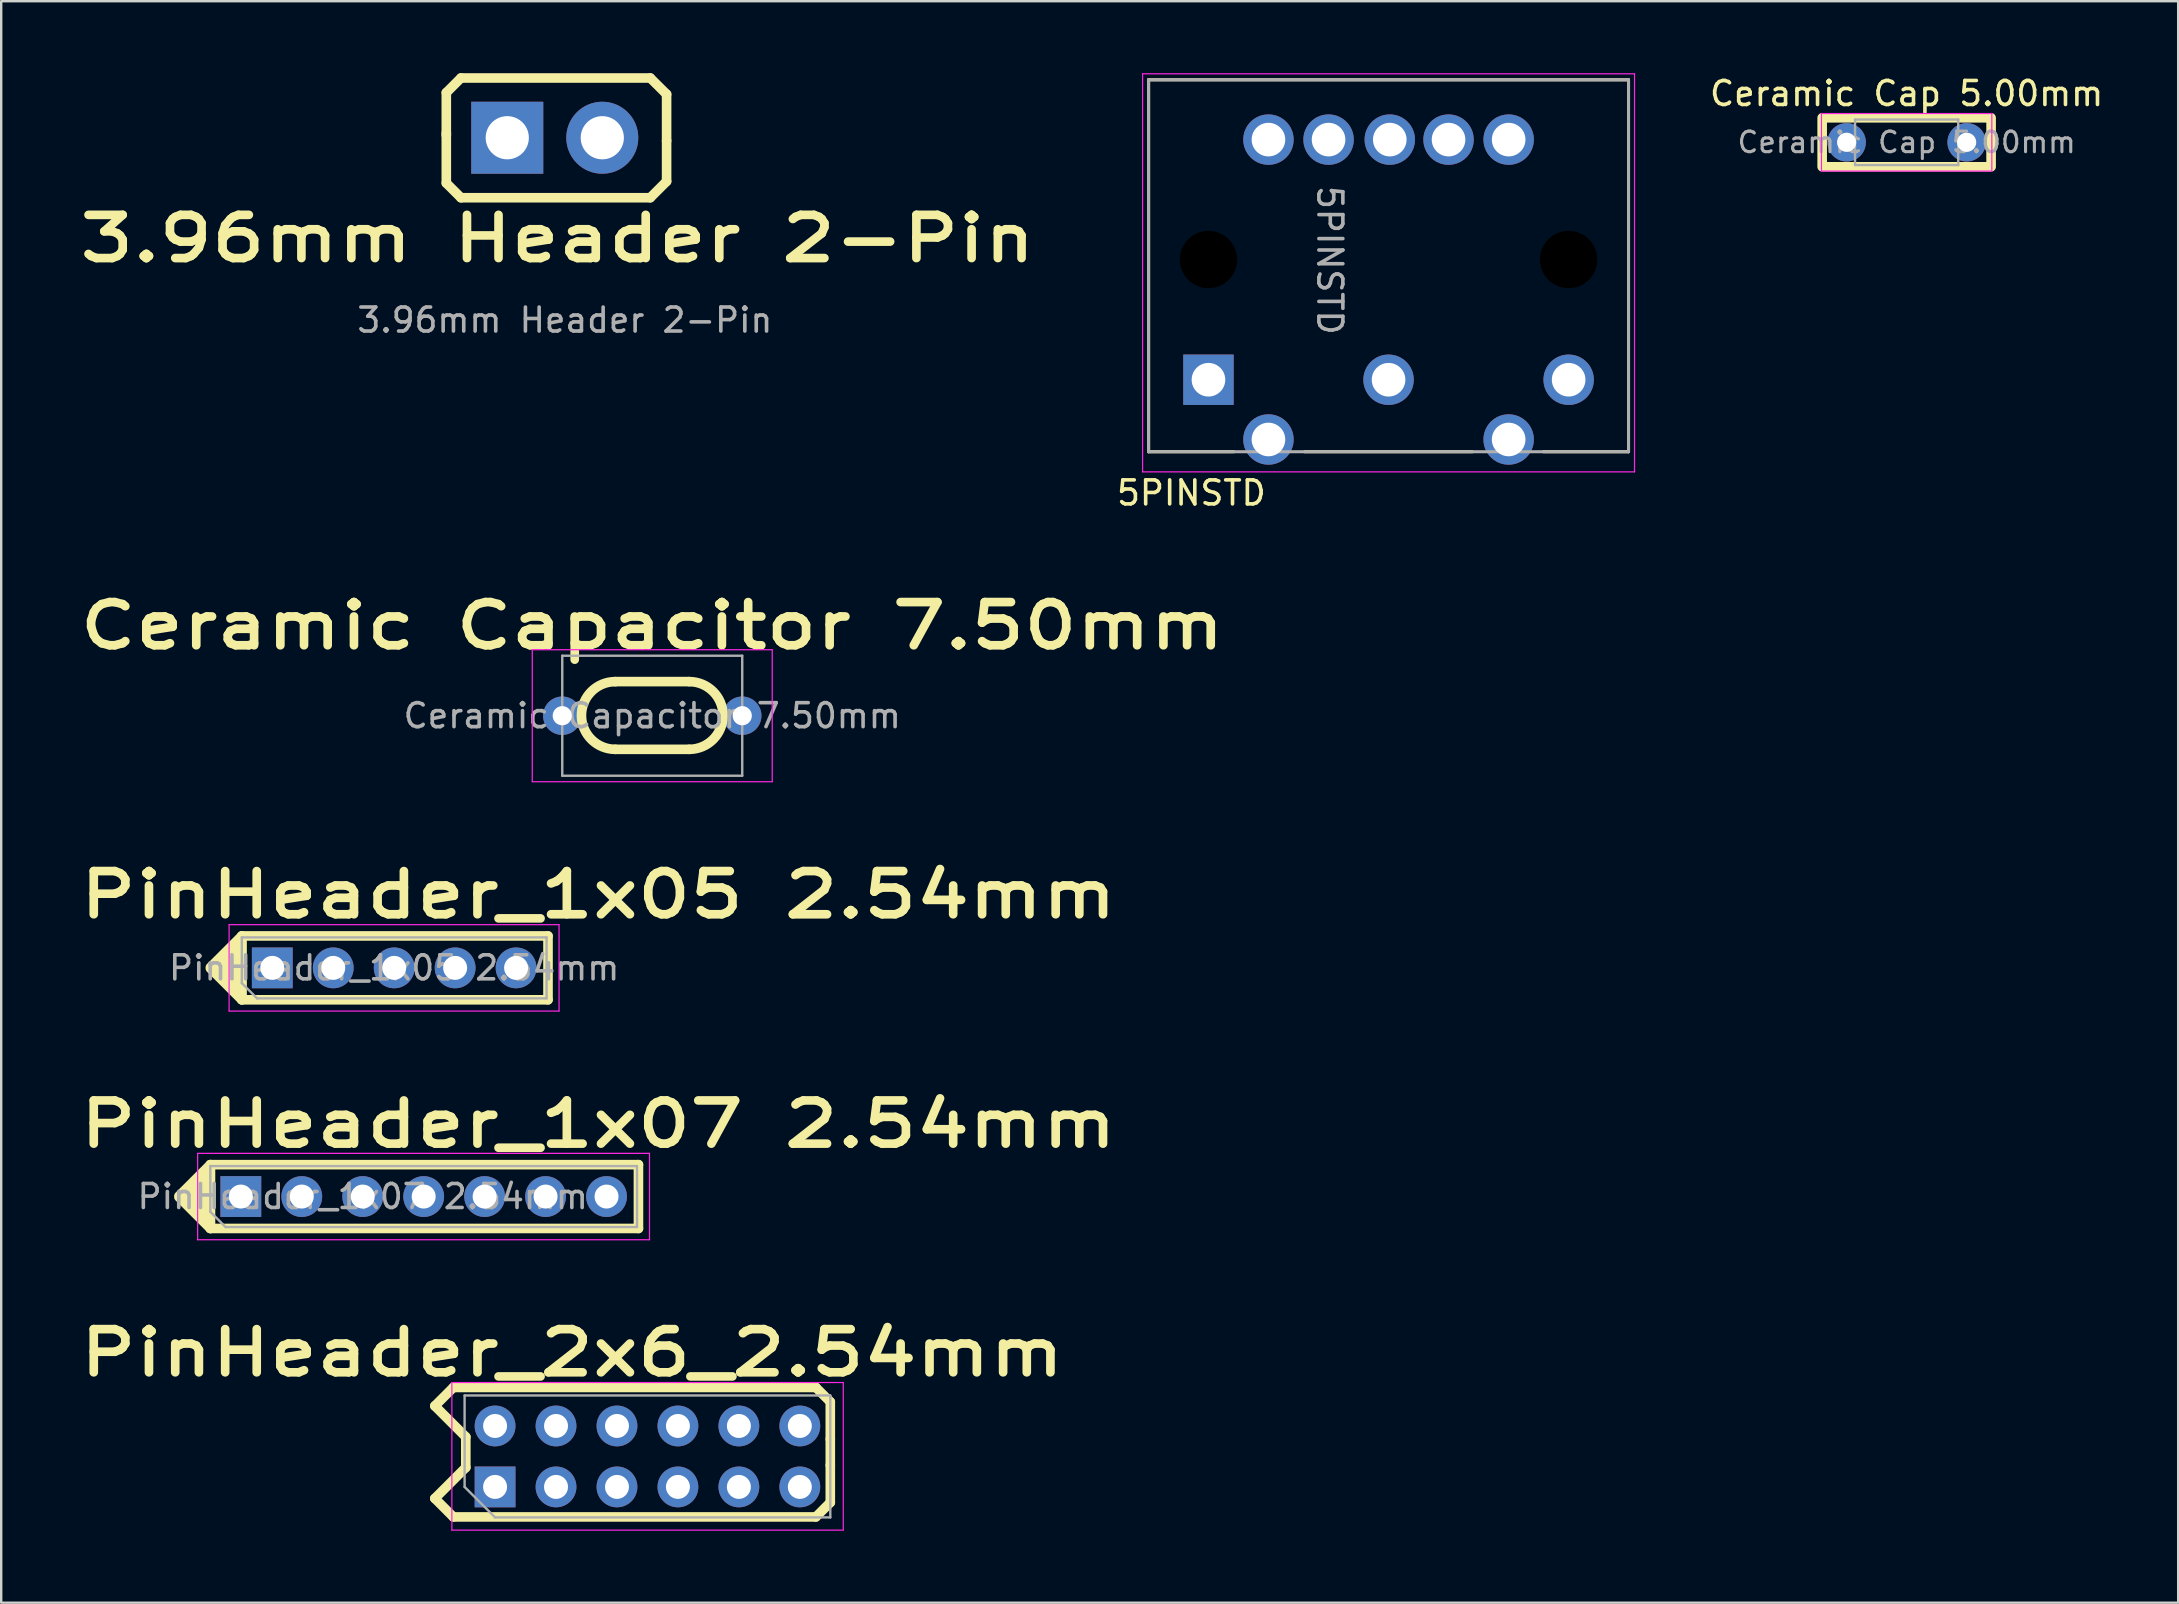
<source format=kicad_pcb>
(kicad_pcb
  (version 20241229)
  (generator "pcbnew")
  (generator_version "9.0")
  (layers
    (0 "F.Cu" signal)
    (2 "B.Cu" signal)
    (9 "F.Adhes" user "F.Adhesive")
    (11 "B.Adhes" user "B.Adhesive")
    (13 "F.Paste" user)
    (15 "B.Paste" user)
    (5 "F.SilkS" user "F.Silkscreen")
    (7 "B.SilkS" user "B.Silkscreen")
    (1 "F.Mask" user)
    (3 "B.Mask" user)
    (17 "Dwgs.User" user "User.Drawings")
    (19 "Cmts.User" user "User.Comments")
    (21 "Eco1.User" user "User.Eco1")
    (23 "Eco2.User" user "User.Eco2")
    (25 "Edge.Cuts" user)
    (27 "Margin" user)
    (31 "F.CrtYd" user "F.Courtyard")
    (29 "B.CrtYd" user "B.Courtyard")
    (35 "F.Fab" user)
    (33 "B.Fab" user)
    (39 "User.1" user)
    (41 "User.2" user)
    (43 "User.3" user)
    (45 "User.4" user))
  (footprint "3.96mm Header 2-Pin"
    (layer "F.Cu")
    (at 18.089 2.69)
    (property "Reference" "3.96mm Header 2-Pin" (at 2.1 4.2 0) (unlocked yes) (layer "F.SilkS") (effects (font (size 1.8 2.3) (thickness 0.36) (bold yes))))
    (attr through_hole)
    (fp_line (start -2.54 -1.88) (end -2.54 -0.11) (stroke (width 0.4) (type default)) (layer "F.SilkS"))
    (fp_line (start -2.54 1.89) (end -2.54 -0.2) (stroke (width 0.4) (type default)) (layer "F.SilkS"))
    (fp_line (start -1.93 -2.49) (end -2.54 -1.88) (stroke (width 0.4) (type default)) (layer "F.SilkS"))
    (fp_line (start -1.93 2.5) (end -2.54 1.89) (stroke (width 0.4) (type default)) (layer "F.SilkS"))
    (fp_line (start 5.96 -2.49) (end -1.93 -2.49) (stroke (width 0.4) (type default)) (layer "F.SilkS"))
    (fp_line (start 5.96 2.499) (end -1.93 2.5) (stroke (width 0.4) (type default)) (layer "F.SilkS"))
    (fp_line (start 6.64 -1.813) (end 5.96 -2.49) (stroke (width 0.4) (type default)) (layer "F.SilkS"))
    (fp_line (start 6.64 0.127) (end 6.64 -1.813) (stroke (width 0.4) (type default)) (layer "F.SilkS"))
    (fp_line (start 6.64 0.127) (end 6.64 1.819) (stroke (width 0.4) (type default)) (layer "F.SilkS"))
    (fp_line (start 6.64 1.819) (end 5.96 2.499) (stroke (width 0.4) (type default)) (layer "F.SilkS"))
    (fp_text user "${REFERENCE}" (at 2.4 7.6 0) (unlocked yes) (layer "F.Fab") (effects (font (size 1 1) (thickness 0.15))))
    (pad "1" thru_hole rect (at 0 0 90) (size 3 3) (drill 1.8) (layers "*.Cu" "*.Mask"))
    (pad "2" thru_hole circle (at 3.96 0 90) (size 3 3) (drill 1.8) (layers "*.Cu" "*.Mask")))
  (footprint "PinHeader_2x6_2.54mm"
    (layer "F.Cu")
    (at 17.491 58.924)
    (property "Reference" "PinHeader_2x6_2.54mm" (at 3.3 -5.6 0) (layer "F.SilkS") (effects (font (size 1.8 2.3) (thickness 0.36) (bold yes))))
    (attr through_hole)
    (fp_line (start -2.42 -3.385) (end -1.13 -2.095) (stroke (width 0.4) (type default)) (layer "F.SilkS"))
    (fp_line (start -2.42 0.47) (end -1.13 -0.82) (stroke (width 0.4) (type default)) (layer "F.SilkS"))
    (fp_line (start -1.65 -4.155) (end -2.42 -3.385) (stroke (width 0.4) (type default)) (layer "F.SilkS"))
    (fp_line (start -1.65 1.24) (end -2.42 0.47) (stroke (width 0.4) (type default)) (layer "F.SilkS"))
    (fp_line (start -1.13 -0.82) (end -1.13 -2.095) (stroke (width 0.4) (type default)) (layer "F.SilkS"))
    (fp_line (start 13.46 -4.155) (end -1.65 -4.155) (stroke (width 0.4) (type default)) (layer "F.SilkS"))
    (fp_line (start 13.46 1.24) (end -1.65 1.24) (stroke (width 0.4) (type default)) (layer "F.SilkS"))
    (fp_line (start 14.06 -3.555) (end 13.46 -4.155) (stroke (width 0.4) (type default)) (layer "F.SilkS"))
    (fp_line (start 14.06 -2.005) (end 14.06 -3.555) (stroke (width 0.4) (type default)) (layer "F.SilkS"))
    (fp_line (start 14.06 -2.005) (end 14.06 -0.91) (stroke (width 0.4) (type default)) (layer "F.SilkS"))
    (fp_line (start 14.06 -0.91) (end 14.06 0.64) (stroke (width 0.4) (type default)) (layer "F.SilkS"))
    (fp_line (start 14.06 0.64) (end 13.46 1.24) (stroke (width 0.4) (type default)) (layer "F.SilkS"))
    (fp_line (start -1.71 -4.36) (end -1.71 1.79) (stroke (width 0.05) (type solid)) (layer "F.CrtYd"))
    (fp_line (start -1.71 1.79) (end 14.6 1.79) (stroke (width 0.05) (type solid)) (layer "F.CrtYd"))
    (fp_line (start 14.6 -4.36) (end -1.71 -4.36) (stroke (width 0.05) (type solid)) (layer "F.CrtYd"))
    (fp_line (start 14.6 1.79) (end 14.6 -4.36) (stroke (width 0.05) (type solid)) (layer "F.CrtYd"))
    (fp_line (start -1.18 -3.82) (end 14.06 -3.82) (stroke (width 0.1) (type solid)) (layer "F.Fab"))
    (fp_line (start -1.18 -0.01) (end -1.18 -3.82) (stroke (width 0.1) (type solid)) (layer "F.Fab"))
    (fp_line (start 0.09 1.26) (end -1.18 -0.01) (stroke (width 0.1) (type solid)) (layer "F.Fab"))
    (fp_line (start 14.06 -3.82) (end 14.06 1.26) (stroke (width 0.1) (type solid)) (layer "F.Fab"))
    (fp_line (start 14.06 1.26) (end 0.09 1.26) (stroke (width 0.1) (type solid)) (layer "F.Fab"))
    (pad "1" thru_hole rect (at 0.09 -0.01 90) (size 1.7 1.7) (drill 1) (layers "*.Cu" "*.Mask"))
    (pad "2" thru_hole oval (at 0.09 -2.55 90) (size 1.7 1.7) (drill 1) (layers "*.Cu" "*.Mask"))
    (pad "3" thru_hole oval (at 2.63 -0.01 90) (size 1.7 1.7) (drill 1) (layers "*.Cu" "*.Mask"))
    (pad "4" thru_hole oval (at 2.63 -2.55 90) (size 1.7 1.7) (drill 1) (layers "*.Cu" "*.Mask"))
    (pad "5" thru_hole oval (at 5.17 -0.01 90) (size 1.7 1.7) (drill 1) (layers "*.Cu" "*.Mask"))
    (pad "6" thru_hole oval (at 5.17 -2.55 90) (size 1.7 1.7) (drill 1) (layers "*.Cu" "*.Mask"))
    (pad "7" thru_hole oval (at 7.71 -0.01 90) (size 1.7 1.7) (drill 1) (layers "*.Cu" "*.Mask"))
    (pad "8" thru_hole oval (at 7.71 -2.55 90) (size 1.7 1.7) (drill 1) (layers "*.Cu" "*.Mask"))
    (pad "9" thru_hole oval (at 10.25 -0.01 90) (size 1.7 1.7) (drill 1) (layers "*.Cu" "*.Mask"))
    (pad "10" thru_hole oval (at 10.25 -2.55 90) (size 1.7 1.7) (drill 1) (layers "*.Cu" "*.Mask"))
    (pad "11" thru_hole oval (at 12.79 -0.01 90) (size 1.7 1.7) (drill 1) (layers "*.Cu" "*.Mask"))
    (pad "12" thru_hole oval (at 12.79 -2.55 90) (size 1.7 1.7) (drill 1) (layers "*.Cu" "*.Mask")))
  (footprint "Ceramic Capacitor 7.50mm"
    (layer "F.Cu")
    (at 20.371 26.776)
    (property "Reference" "Ceramic Capacitor 7.50mm" (at 3.76 -3.75 0) (layer "F.SilkS") (effects (font (size 1.8 2.3) (thickness 0.36) (bold yes))))
    (attr through_hole)
    (fp_line (start 5.299 -1.421) (end 2.221 -1.421) (stroke (width 0.4) (type default)) (layer "F.SilkS"))
    (fp_line (start 5.299 1.401) (end 2.22 1.401) (stroke (width 0.4) (type default)) (layer "F.SilkS"))
    (fp_arc (start 2.220567 1.400567) (mid 0.81 -0.01) (end 2.220567 -1.420567) (stroke (width 0.4) (type default)) (layer "F.SilkS"))
    (fp_arc (start 5.299433 -1.420567) (mid 6.71 -0.01) (end 5.299433 1.400567) (stroke (width 0.4) (type default)) (layer "F.SilkS"))
    (fp_line (start -1.24 -2.75) (end -1.24 2.75) (stroke (width 0.05) (type solid)) (layer "F.CrtYd"))
    (fp_line (start -1.24 2.75) (end 8.76 2.75) (stroke (width 0.05) (type solid)) (layer "F.CrtYd"))
    (fp_line (start 8.76 -2.75) (end -1.24 -2.75) (stroke (width 0.05) (type solid)) (layer "F.CrtYd"))
    (fp_line (start 8.76 2.75) (end 8.76 -2.75) (stroke (width 0.05) (type solid)) (layer "F.CrtYd"))
    (fp_line (start 0.01 -2.5) (end 0.01 2.5) (stroke (width 0.1) (type solid)) (layer "F.Fab"))
    (fp_line (start 0.01 2.5) (end 7.51 2.5) (stroke (width 0.1) (type solid)) (layer "F.Fab"))
    (fp_line (start 7.51 -2.5) (end 0.01 -2.5) (stroke (width 0.1) (type solid)) (layer "F.Fab"))
    (fp_line (start 7.51 2.5) (end 7.51 -2.5) (stroke (width 0.1) (type solid)) (layer "F.Fab"))
    (fp_text user "${REFERENCE}" (at 3.76 0 0) (layer "F.Fab") (effects (font (size 1 1) (thickness 0.15))))
    (pad "1" thru_hole circle (at 0.01 0) (size 1.6 1.6) (drill 0.8) (layers "*.Cu" "*.Mask"))
    (pad "2" thru_hole circle (at 7.51 0) (size 1.6 1.6) (drill 0.8) (layers "*.Cu" "*.Mask")))
  (footprint "5PINSTD"
    (layer "F.Cu")
    (at 54.802 7.765)
    (property "Reference" "5PINSTD" (at -8.204 9.728 0) (unlocked yes) (layer "F.SilkS") (effects (font (size 1 1) (thickness 0.15))))
    (fp_circle (center -7.492 0) (end -7.492 0.725) (stroke (width 1.449) (type solid)) (fill no) (layer "F.Mask"))
    (fp_circle (center 7.518 0) (end 7.518 0.725) (stroke (width 1.449) (type solid)) (fill no) (layer "F.Mask"))
    (fp_circle (center -7.492 0) (end -7.492 0.725) (stroke (width 1.449) (type solid)) (fill no) (layer "B.Mask"))
    (fp_circle (center 7.518 0) (end 7.518 0.725) (stroke (width 1.449) (type solid)) (fill no) (layer "B.Mask"))
    (fp_line (start -9.987 -7.49) (end 10.013 -7.49) (stroke (width 0.127) (type solid)) (layer "F.SilkS"))
    (fp_line (start -9.987 8.01) (end -9.987 -7.49) (stroke (width 0.127) (type solid)) (layer "F.SilkS"))
    (fp_line (start -6.437 8.01) (end -9.987 8.01) (stroke (width 0.127) (type solid)) (layer "F.SilkS"))
    (fp_line (start 3.513 8.01) (end -3.487 8.01) (stroke (width 0.127) (type solid)) (layer "F.SilkS"))
    (fp_line (start 10.013 -7.49) (end 10.013 8.01) (stroke (width 0.127) (type solid)) (layer "F.SilkS"))
    (fp_line (start 10.013 8.01) (end 6.463 8.01) (stroke (width 0.127) (type solid)) (layer "F.SilkS"))
    (fp_line (start -10.237 -7.74) (end 10.263 -7.74) (stroke (width 0.05) (type solid)) (layer "F.CrtYd"))
    (fp_line (start -10.237 8.85) (end -10.237 -7.74) (stroke (width 0.05) (type solid)) (layer "F.CrtYd"))
    (fp_line (start 10.263 -7.74) (end 10.263 8.85) (stroke (width 0.05) (type solid)) (layer "F.CrtYd"))
    (fp_line (start 10.263 8.85) (end -10.237 8.85) (stroke (width 0.05) (type solid)) (layer "F.CrtYd"))
    (fp_line (start -9.987 -7.49) (end 10.013 -7.49) (stroke (width 0.127) (type solid)) (layer "F.Fab"))
    (fp_line (start -9.987 8.01) (end -9.987 -7.49) (stroke (width 0.127) (type solid)) (layer "F.Fab"))
    (fp_line (start 10.013 -7.49) (end 10.013 8.01) (stroke (width 0.127) (type solid)) (layer "F.Fab"))
    (fp_line (start 10.013 8.01) (end -9.987 8.01) (stroke (width 0.127) (type solid)) (layer "F.Fab"))
    (fp_text user "${REFERENCE}" (at -2.436 0.032 270) (unlocked yes) (layer "F.Fab") (effects (font (size 1 1) (thickness 0.15))))
    (pad "" np_thru_hole circle (at -7.492 0 270) (size 2.39 2.39) (drill 2.39) (layers "*.Mask"))
    (pad "" np_thru_hole circle (at 7.518 0 270) (size 2.39 2.39) (drill 2.39) (layers "*.Mask"))
    (pad "1" thru_hole rect (at -7.492 5.01 270) (size 2.1 2.1) (drill 1.4) (layers "*.Cu" "*.Mask"))
    (pad "2" thru_hole circle (at 0.013 5.01 270) (size 2.1 2.1) (drill 1.4) (layers "*.Cu" "*.Mask"))
    (pad "3" thru_hole circle (at 7.518 5.01 270) (size 2.1 2.1) (drill 1.4) (layers "*.Cu" "*.Mask"))
    (pad "4" thru_hole circle (at -4.992 7.5 270) (size 2.1 2.1) (drill 1.4) (layers "*.Cu" "*.Mask"))
    (pad "5" thru_hole circle (at 5.018 7.5 270) (size 2.1 2.1) (drill 1.4) (layers "*.Cu" "*.Mask"))
    (pad "G" thru_hole circle (at -4.992 -4.997 270) (size 2.1 2.1) (drill 1.4) (layers "*.Cu" "*.Mask"))
    (pad "G" thru_hole circle (at -2.487 -4.997 270) (size 2.1 2.1) (drill 1.4) (layers "*.Cu" "*.Mask"))
    (pad "G" thru_hole circle (at 0.064 -4.997 270) (size 2.1 2.1) (drill 1.4) (layers "*.Cu" "*.Mask"))
    (pad "G" thru_hole circle (at 2.513 -4.997 270) (size 2.1 2.1) (drill 1.4) (layers "*.Cu" "*.Mask"))
    (pad "G" thru_hole circle (at 5.018 -4.997 270) (size 2.1 2.1) (drill 1.4) (layers "*.Cu" "*.Mask")))
  (footprint "PinHeader_1x05 2.54mm"
    (layer "F.Cu")
    (at 8.297 37.264)
    (property "Reference" "PinHeader_1x05 2.54mm" (at 13.589 -3.028 0) (layer "F.SilkS") (effects (font (size 1.8 2.3) (thickness 0.36) (bold yes))))
    (attr through_hole)
    (fp_line (start -1.27 -1.31) (end 11.49 -1.31) (stroke (width 0.4) (type solid)) (layer "F.SilkS"))
    (fp_line (start -1.27 1.35) (end -1.27 -1.31) (stroke (width 0.4) (type solid)) (layer "F.SilkS"))
    (fp_line (start -1.27 1.35) (end 11.49 1.35) (stroke (width 0.4) (type solid)) (layer "F.SilkS"))
    (fp_line (start 11.49 1.35) (end 11.49 -1.31) (stroke (width 0.4) (type solid)) (layer "F.SilkS"))
    (fp_poly (pts (xy -1.27 -1.31) (xy -2.58 0) (xy -2.58 0.04) (xy -1.27 1.35) (xy -1.27 0.29)) (stroke (width 0.4) (type solid)) (fill yes) (layer "F.SilkS"))
    (fp_line (start -1.8 -1.78) (end -1.8 1.82) (stroke (width 0.05) (type solid)) (layer "F.CrtYd"))
    (fp_line (start -1.8 1.82) (end 11.95 1.82) (stroke (width 0.05) (type solid)) (layer "F.CrtYd"))
    (fp_line (start 11.95 -1.78) (end -1.8 -1.78) (stroke (width 0.05) (type solid)) (layer "F.CrtYd"))
    (fp_line (start 11.95 1.82) (end 11.95 -1.78) (stroke (width 0.05) (type solid)) (layer "F.CrtYd"))
    (fp_line (start -1.27 -1.25) (end 11.43 -1.25) (stroke (width 0.1) (type solid)) (layer "F.Fab"))
    (fp_line (start -1.27 0.655) (end -1.27 -1.25) (stroke (width 0.1) (type solid)) (layer "F.Fab"))
    (fp_line (start -0.635 1.29) (end -1.27 0.655) (stroke (width 0.1) (type solid)) (layer "F.Fab"))
    (fp_line (start 11.43 -1.25) (end 11.43 1.29) (stroke (width 0.1) (type solid)) (layer "F.Fab"))
    (fp_line (start 11.43 1.29) (end -0.635 1.29) (stroke (width 0.1) (type solid)) (layer "F.Fab"))
    (fp_text user "${REFERENCE}" (at 5.08 0.02 0) (layer "F.Fab") (effects (font (size 1 1) (thickness 0.15))))
    (pad "1" thru_hole rect (at 0 0.02 90) (size 1.7 1.7) (drill 1) (layers "*.Cu" "*.Mask"))
    (pad "2" thru_hole oval (at 2.54 0.02 90) (size 1.7 1.7) (drill 1) (layers "*.Cu" "*.Mask"))
    (pad "3" thru_hole oval (at 5.08 0.02 90) (size 1.7 1.7) (drill 1) (layers "*.Cu" "*.Mask"))
    (pad "4" thru_hole oval (at 7.62 0.02 90) (size 1.7 1.7) (drill 1) (layers "*.Cu" "*.Mask"))
    (pad "5" thru_hole oval (at 10.16 0.02 90) (size 1.7 1.7) (drill 1) (layers "*.Cu" "*.Mask")))
  (footprint "Ceramic Cap 5.00mm"
    (layer "F.Cu")
    (at 73.905 2.88)
    (property "Reference" "Ceramic Cap 5.00mm" (at 2.5 -2.032 0) (layer "F.SilkS") (effects (font (size 1 1) (thickness 0.15))))
    (attr through_hole)
    (fp_rect (start -1.02 -1.02) (end 6.02 1.02) (stroke (width 0.4) (type default)) (fill no) (layer "F.SilkS"))
    (fp_line (start -1.05 -1.2) (end -1.05 1.2) (stroke (width 0.05) (type solid)) (layer "F.CrtYd"))
    (fp_line (start -1.05 1.2) (end 6.05 1.2) (stroke (width 0.05) (type solid)) (layer "F.CrtYd"))
    (fp_line (start 6.05 -1.2) (end -1.05 -1.2) (stroke (width 0.05) (type solid)) (layer "F.CrtYd"))
    (fp_line (start 6.05 1.2) (end 6.05 -1.2) (stroke (width 0.05) (type solid)) (layer "F.CrtYd"))
    (fp_line (start 0.35 -0.95) (end 0.35 0.95) (stroke (width 0.1) (type solid)) (layer "F.Fab"))
    (fp_line (start 0.35 0.95) (end 4.65 0.95) (stroke (width 0.1) (type solid)) (layer "F.Fab"))
    (fp_line (start 4.65 -0.95) (end 0.35 -0.95) (stroke (width 0.1) (type solid)) (layer "F.Fab"))
    (fp_line (start 4.65 0.95) (end 4.65 -0.95) (stroke (width 0.1) (type solid)) (layer "F.Fab"))
    (fp_text user "${REFERENCE}" (at 2.5 0 0) (layer "F.Fab") (effects (font (size 0.86 0.86) (thickness 0.129))))
    (pad "1" thru_hole circle (at 0 0) (size 1.6 1.6) (drill 0.8) (layers "*.Cu" "*.Mask"))
    (pad "2" thru_hole circle (at 5 0) (size 1.6 1.6) (drill 0.8) (layers "*.Cu" "*.Mask")))
  (footprint "PinHeader_1x07 2.54mm"
    (layer "F.Cu")
    (at 6.986 46.794)
    (property "Reference" "PinHeader_1x07 2.54mm" (at 14.9 -3 0) (layer "F.SilkS") (effects (font (size 1.8 2.3) (thickness 0.36) (bold yes))))
    (attr through_hole)
    (fp_line (start -1.27 -1.31) (end 16.57 -1.31) (stroke (width 0.4) (type solid)) (layer "F.SilkS"))
    (fp_line (start -1.27 1.35) (end -1.27 -1.31) (stroke (width 0.4) (type solid)) (layer "F.SilkS"))
    (fp_line (start -1.27 1.35) (end 16.57 1.35) (stroke (width 0.4) (type solid)) (layer "F.SilkS"))
    (fp_line (start 16.57 1.35) (end 16.57 -1.31) (stroke (width 0.4) (type solid)) (layer "F.SilkS"))
    (fp_poly (pts (xy -1.27 -1.31) (xy -2.58 0) (xy -2.58 0.04) (xy -1.27 1.35) (xy -1.27 0.29)) (stroke (width 0.4) (type solid)) (fill yes) (layer "F.SilkS"))
    (fp_line (start -1.8 -1.78) (end -1.8 1.82) (stroke (width 0.05) (type solid)) (layer "F.CrtYd"))
    (fp_line (start -1.8 1.82) (end 17.03 1.82) (stroke (width 0.05) (type solid)) (layer "F.CrtYd"))
    (fp_line (start 17.03 -1.78) (end -1.8 -1.78) (stroke (width 0.05) (type solid)) (layer "F.CrtYd"))
    (fp_line (start 17.03 1.82) (end 17.03 -1.78) (stroke (width 0.05) (type solid)) (layer "F.CrtYd"))
    (fp_line (start -1.27 -1.25) (end 16.51 -1.25) (stroke (width 0.1) (type solid)) (layer "F.Fab"))
    (fp_line (start -1.27 0.655) (end -1.27 -1.25) (stroke (width 0.1) (type solid)) (layer "F.Fab"))
    (fp_line (start -0.635 1.29) (end -1.27 0.655) (stroke (width 0.1) (type solid)) (layer "F.Fab"))
    (fp_line (start 16.51 -1.25) (end 16.51 1.29) (stroke (width 0.1) (type solid)) (layer "F.Fab"))
    (fp_line (start 16.51 1.29) (end -0.635 1.29) (stroke (width 0.1) (type solid)) (layer "F.Fab"))
    (fp_text user "${REFERENCE}" (at 5.08 0.02 0) (layer "F.Fab") (effects (font (size 1 1) (thickness 0.15))))
    (pad "1" thru_hole rect (at 0 0.02 90) (size 1.7 1.7) (drill 1) (layers "*.Cu" "*.Mask"))
    (pad "2" thru_hole oval (at 2.54 0.02 90) (size 1.7 1.7) (drill 1) (layers "*.Cu" "*.Mask"))
    (pad "3" thru_hole oval (at 5.08 0.02 90) (size 1.7 1.7) (drill 1) (layers "*.Cu" "*.Mask"))
    (pad "4" thru_hole oval (at 7.62 0.02 90) (size 1.7 1.7) (drill 1) (layers "*.Cu" "*.Mask"))
    (pad "5" thru_hole oval (at 10.16 0.02 90) (size 1.7 1.7) (drill 1) (layers "*.Cu" "*.Mask"))
    (pad "6" thru_hole oval (at 12.7 0.02 90) (size 1.7 1.7) (drill 1) (layers "*.Cu" "*.Mask"))
    (pad "7" thru_hole oval (at 15.24 0.02 90) (size 1.7 1.7) (drill 1) (layers "*.Cu" "*.Mask")))
  (gr_rect
    (start -3 -3)
    (end 87.721 63.739)
    (stroke (width 0.1) (type default))
    (fill no)
    (layer "Edge.Cuts")))
</source>
